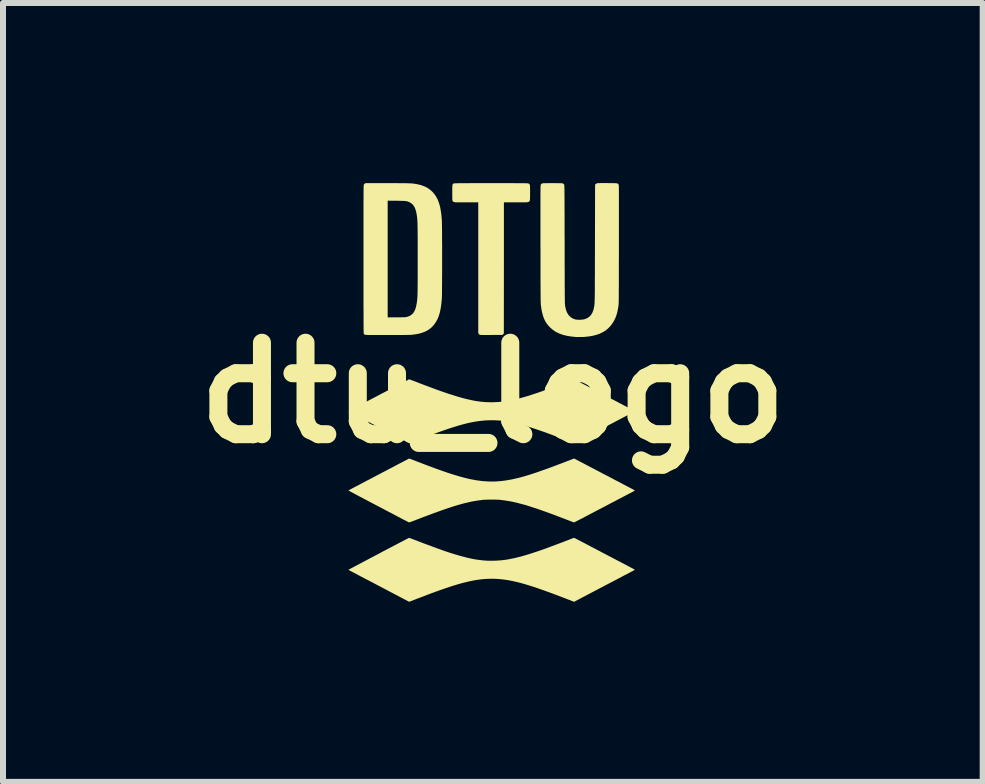
<source format=kicad_pcb>
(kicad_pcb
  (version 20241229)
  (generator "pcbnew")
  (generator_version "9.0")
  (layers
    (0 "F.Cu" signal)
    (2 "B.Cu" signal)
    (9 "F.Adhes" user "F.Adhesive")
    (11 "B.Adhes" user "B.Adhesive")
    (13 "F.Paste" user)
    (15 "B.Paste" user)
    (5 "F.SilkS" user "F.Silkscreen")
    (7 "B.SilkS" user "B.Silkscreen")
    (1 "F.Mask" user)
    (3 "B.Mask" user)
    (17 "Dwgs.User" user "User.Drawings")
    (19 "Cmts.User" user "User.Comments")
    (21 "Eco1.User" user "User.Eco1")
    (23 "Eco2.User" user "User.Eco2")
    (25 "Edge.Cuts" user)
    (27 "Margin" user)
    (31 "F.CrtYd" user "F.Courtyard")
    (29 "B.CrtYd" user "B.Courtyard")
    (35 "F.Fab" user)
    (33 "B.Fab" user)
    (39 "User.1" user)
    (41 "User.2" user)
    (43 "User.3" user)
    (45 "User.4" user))
  (footprint "dtu_logo"
    (layer "F.Cu")
    (at 5.16 3.494)
    (property "Reference" "dtu_logo" (at 0 0 0) (layer "F.SilkS") (effects (font (size 1.524 1.524) (thickness 0.3))))
    (attr board_only exclude_from_pos_files exclude_from_bom)
    (fp_poly (pts (xy 0.047 -3.493) (xy 0.117 -3.493) (xy 0.18 -3.493) (xy 0.237 -3.493) (xy 0.289 -3.493) (xy 0.335 -3.493) (xy 0.377 -3.492) (xy 0.413 -3.492) (xy 0.446 -3.492) (xy 0.474 -3.492) (xy 0.498 -3.492) (xy 0.518 -3.492) (xy 0.536 -3.491) (xy 0.55 -3.491) (xy 0.562 -3.491) (xy 0.572 -3.49) (xy 0.579 -3.49) (xy 0.585 -3.489) (xy 0.589 -3.489) (xy 0.592 -3.488) (xy 0.594 -3.487) (xy 0.596 -3.487) (xy 0.596 -3.486) (xy 0.606 -3.479) (xy 0.614 -3.469) (xy 0.615 -3.466) (xy 0.617 -3.462) (xy 0.618 -3.457) (xy 0.618 -3.45) (xy 0.619 -3.44) (xy 0.619 -3.426) (xy 0.62 -3.408) (xy 0.62 -3.385) (xy 0.62 -3.357) (xy 0.62 -3.334) (xy 0.62 -3.299) (xy 0.62 -3.27) (xy 0.619 -3.247) (xy 0.619 -3.229) (xy 0.618 -3.215) (xy 0.616 -3.204) (xy 0.613 -3.196) (xy 0.61 -3.191) (xy 0.606 -3.187) (xy 0.601 -3.184) (xy 0.594 -3.18) (xy 0.593 -3.18) (xy 0.59 -3.179) (xy 0.586 -3.177) (xy 0.581 -3.176) (xy 0.575 -3.176) (xy 0.566 -3.175) (xy 0.555 -3.174) (xy 0.54 -3.174) (xy 0.522 -3.174) (xy 0.499 -3.174) (xy 0.471 -3.173) (xy 0.438 -3.173) (xy 0.399 -3.173) (xy 0.382 -3.173) (xy 0.184 -3.173) (xy 0.184 -2.08) (xy 0.183 -0.987) (xy 0.16 -0.965) (xy -0.025 -0.964) (xy -0.067 -0.964) (xy -0.104 -0.964) (xy -0.134 -0.964) (xy -0.159 -0.964) (xy -0.179 -0.964) (xy -0.194 -0.965) (xy -0.205 -0.965) (xy -0.213 -0.966) (xy -0.217 -0.967) (xy -0.219 -0.968) (xy -0.226 -0.973) (xy -0.234 -0.982) (xy -0.235 -0.983) (xy -0.243 -0.995) (xy -0.243 -3.173) (xy -0.44 -3.173) (xy -0.481 -3.173) (xy -0.517 -3.173) (xy -0.546 -3.173) (xy -0.571 -3.174) (xy -0.591 -3.174) (xy -0.607 -3.174) (xy -0.619 -3.174) (xy -0.628 -3.175) (xy -0.636 -3.176) (xy -0.641 -3.177) (xy -0.645 -3.178) (xy -0.649 -3.179) (xy -0.651 -3.18) (xy -0.658 -3.183) (xy -0.663 -3.187) (xy -0.667 -3.19) (xy -0.67 -3.195) (xy -0.672 -3.202) (xy -0.674 -3.212) (xy -0.675 -3.225) (xy -0.676 -3.242) (xy -0.676 -3.264) (xy -0.676 -3.291) (xy -0.676 -3.324) (xy -0.676 -3.334) (xy -0.676 -3.368) (xy -0.676 -3.397) (xy -0.676 -3.419) (xy -0.675 -3.437) (xy -0.674 -3.451) (xy -0.673 -3.462) (xy -0.671 -3.469) (xy -0.668 -3.475) (xy -0.665 -3.479) (xy -0.661 -3.482) (xy -0.655 -3.486) (xy -0.655 -3.486) (xy -0.653 -3.487) (xy -0.651 -3.488) (xy -0.649 -3.488) (xy -0.645 -3.489) (xy -0.64 -3.49) (xy -0.634 -3.49) (xy -0.625 -3.49) (xy -0.615 -3.491) (xy -0.602 -3.491) (xy -0.586 -3.491) (xy -0.567 -3.492) (xy -0.545 -3.492) (xy -0.519 -3.492) (xy -0.489 -3.492) (xy -0.455 -3.492) (xy -0.416 -3.492) (xy -0.372 -3.493) (xy -0.323 -3.493) (xy -0.269 -3.493) (xy -0.208 -3.493) (xy -0.142 -3.493) (xy -0.07 -3.493) (xy -0.029 -3.493)) (stroke (width 0) (type solid)) (fill yes) (layer "F.SilkS"))
    (fp_poly (pts (xy 1.357 -0.224) (xy 1.366 -0.219) (xy 1.38 -0.212) (xy 1.399 -0.203) (xy 1.421 -0.191) (xy 1.448 -0.177) (xy 1.477 -0.162) (xy 1.509 -0.145) (xy 1.543 -0.128) (xy 1.566 -0.116) (xy 1.607 -0.094) (xy 1.651 -0.071) (xy 1.697 -0.047) (xy 1.743 -0.022) (xy 1.789 0.002) (xy 1.834 0.025) (xy 1.875 0.047) (xy 1.913 0.067) (xy 1.938 0.08) (xy 1.975 0.1) (xy 2.015 0.12) (xy 2.057 0.142) (xy 2.098 0.164) (xy 2.139 0.185) (xy 2.177 0.206) (xy 2.212 0.224) (xy 2.235 0.236) (xy 2.262 0.25) (xy 2.288 0.264) (xy 2.311 0.276) (xy 2.331 0.287) (xy 2.346 0.296) (xy 2.358 0.302) (xy 2.364 0.306) (xy 2.365 0.308) (xy 2.362 0.31) (xy 2.353 0.315) (xy 2.34 0.322) (xy 2.322 0.331) (xy 2.301 0.343) (xy 2.277 0.355) (xy 2.251 0.369) (xy 2.235 0.378) (xy 2.205 0.393) (xy 2.174 0.409) (xy 2.144 0.425) (xy 2.116 0.44) (xy 2.091 0.453) (xy 2.069 0.465) (xy 2.052 0.473) (xy 2.049 0.475) (xy 2.039 0.481) (xy 2.022 0.489) (xy 2.001 0.501) (xy 1.975 0.514) (xy 1.944 0.53) (xy 1.911 0.548) (xy 1.874 0.567) (xy 1.834 0.588) (xy 1.793 0.61) (xy 1.75 0.632) (xy 1.705 0.656) (xy 1.673 0.673) (xy 1.353 0.84) (xy 1.251 0.801) (xy 1.149 0.761) (xy 1.052 0.725) (xy 0.961 0.691) (xy 0.875 0.659) (xy 0.794 0.631) (xy 0.717 0.605) (xy 0.645 0.581) (xy 0.577 0.56) (xy 0.512 0.541) (xy 0.451 0.524) (xy 0.392 0.509) (xy 0.336 0.496) (xy 0.283 0.485) (xy 0.232 0.476) (xy 0.182 0.469) (xy 0.134 0.463) (xy 0.087 0.46) (xy 0.04 0.457) (xy -0.006 0.456) (xy -0.051 0.457) (xy -0.088 0.458) (xy -0.131 0.46) (xy -0.174 0.464) (xy -0.217 0.469) (xy -0.261 0.475) (xy -0.307 0.482) (xy -0.353 0.491) (xy -0.402 0.501) (xy -0.452 0.513) (xy -0.505 0.527) (xy -0.56 0.542) (xy -0.619 0.56) (xy -0.681 0.579) (xy -0.747 0.601) (xy -0.817 0.625) (xy -0.891 0.651) (xy -0.97 0.68) (xy -1.055 0.711) (xy -1.144 0.745) (xy -1.24 0.781) (xy -1.275 0.795) (xy -1.302 0.805) (xy -1.327 0.814) (xy -1.349 0.823) (xy -1.367 0.83) (xy -1.381 0.835) (xy -1.391 0.839) (xy -1.395 0.84) (xy -1.395 0.84) (xy -1.398 0.839) (xy -1.406 0.834) (xy -1.418 0.828) (xy -1.434 0.82) (xy -1.451 0.81) (xy -1.452 0.81) (xy -1.466 0.802) (xy -1.486 0.792) (xy -1.51 0.779) (xy -1.538 0.765) (xy -1.568 0.749) (xy -1.599 0.732) (xy -1.632 0.715) (xy -1.658 0.701) (xy -1.742 0.657) (xy -1.819 0.617) (xy -1.891 0.579) (xy -1.957 0.544) (xy -2.018 0.512) (xy -2.074 0.483) (xy -2.124 0.457) (xy -2.17 0.432) (xy -2.211 0.411) (xy -2.248 0.392) (xy -2.28 0.375) (xy -2.309 0.36) (xy -2.333 0.347) (xy -2.353 0.336) (xy -2.37 0.327) (xy -2.383 0.32) (xy -2.393 0.315) (xy -2.4 0.311) (xy -2.404 0.309) (xy -2.405 0.308) (xy -2.403 0.306) (xy -2.395 0.301) (xy -2.382 0.294) (xy -2.365 0.284) (xy -2.345 0.273) (xy -2.321 0.26) (xy -2.294 0.246) (xy -2.271 0.233) (xy -2.178 0.185) (xy -2.092 0.14) (xy -2.011 0.097) (xy -1.936 0.058) (xy -1.867 0.021) (xy -1.803 -0.012) (xy -1.744 -0.043) (xy -1.69 -0.071) (xy -1.641 -0.097) (xy -1.597 -0.12) (xy -1.558 -0.14) (xy -1.523 -0.158) (xy -1.493 -0.174) (xy -1.467 -0.188) (xy -1.445 -0.199) (xy -1.427 -0.208) (xy -1.413 -0.215) (xy -1.403 -0.221) (xy -1.397 -0.224) (xy -1.394 -0.225) (xy -1.393 -0.225) (xy -1.39 -0.224) (xy -1.38 -0.221) (xy -1.365 -0.215) (xy -1.346 -0.208) (xy -1.323 -0.2) (xy -1.297 -0.19) (xy -1.268 -0.179) (xy -1.238 -0.167) (xy -1.236 -0.166) (xy -1.136 -0.128) (xy -1.042 -0.093) (xy -0.954 -0.06) (xy -0.87 -0.03) (xy -0.792 -0.003) (xy -0.718 0.022) (xy -0.648 0.044) (xy -0.583 0.064) (xy -0.52 0.082) (xy -0.461 0.098) (xy -0.405 0.111) (xy -0.351 0.123) (xy -0.299 0.133) (xy -0.249 0.141) (xy -0.201 0.147) (xy -0.153 0.152) (xy -0.107 0.155) (xy -0.061 0.156) (xy -0.015 0.157) (xy 0.015 0.156) (xy 0.059 0.154) (xy 0.102 0.152) (xy 0.145 0.148) (xy 0.189 0.143) (xy 0.234 0.136) (xy 0.28 0.129) (xy 0.328 0.119) (xy 0.377 0.108) (xy 0.429 0.096) (xy 0.483 0.081) (xy 0.54 0.065) (xy 0.601 0.047) (xy 0.664 0.026) (xy 0.732 0.004) (xy 0.804 -0.021) (xy 0.88 -0.048) (xy 0.961 -0.078) (xy 1.047 -0.11) (xy 1.139 -0.144) (xy 1.237 -0.182) (xy 1.265 -0.193) (xy 1.288 -0.201) (xy 1.308 -0.209) (xy 1.326 -0.216) (xy 1.34 -0.221) (xy 1.349 -0.224) (xy 1.353 -0.225)) (stroke (width 0) (type solid)) (fill yes) (layer "F.SilkS"))
    (fp_poly (pts (xy -1.278 1.138) (xy -1.184 1.174) (xy -1.095 1.208) (xy -1.012 1.239) (xy -0.933 1.268) (xy -0.86 1.294) (xy -0.791 1.318) (xy -0.727 1.34) (xy -0.666 1.359) (xy -0.608 1.377) (xy -0.554 1.393) (xy -0.502 1.407) (xy -0.453 1.42) (xy -0.406 1.431) (xy -0.361 1.441) (xy -0.316 1.449) (xy -0.273 1.457) (xy -0.249 1.46) (xy -0.166 1.471) (xy -0.086 1.476) (xy -0.009 1.478) (xy 0.053 1.476) (xy 0.097 1.473) (xy 0.141 1.469) (xy 0.186 1.464) (xy 0.231 1.457) (xy 0.278 1.449) (xy 0.325 1.44) (xy 0.374 1.429) (xy 0.426 1.417) (xy 0.48 1.403) (xy 0.536 1.387) (xy 0.596 1.369) (xy 0.659 1.349) (xy 0.725 1.327) (xy 0.796 1.302) (xy 0.871 1.276) (xy 0.951 1.247) (xy 1.036 1.215) (xy 1.127 1.181) (xy 1.223 1.144) (xy 1.243 1.136) (xy 1.354 1.094) (xy 1.8 1.328) (xy 1.868 1.364) (xy 1.931 1.396) (xy 1.988 1.426) (xy 2.04 1.454) (xy 2.087 1.478) (xy 2.129 1.5) (xy 2.166 1.52) (xy 2.199 1.537) (xy 2.229 1.553) (xy 2.254 1.566) (xy 2.276 1.578) (xy 2.295 1.588) (xy 2.311 1.596) (xy 2.324 1.603) (xy 2.335 1.609) (xy 2.344 1.614) (xy 2.35 1.617) (xy 2.355 1.62) (xy 2.359 1.622) (xy 2.362 1.623) (xy 2.363 1.624) (xy 2.364 1.625) (xy 2.364 1.625) (xy 2.365 1.626) (xy 2.363 1.628) (xy 2.356 1.633) (xy 2.344 1.64) (xy 2.329 1.648) (xy 2.314 1.657) (xy 2.306 1.661) (xy 2.298 1.665) (xy 2.29 1.669) (xy 2.282 1.674) (xy 2.272 1.679) (xy 2.261 1.684) (xy 2.249 1.691) (xy 2.234 1.698) (xy 2.218 1.707) (xy 2.199 1.717) (xy 2.178 1.728) (xy 2.154 1.741) (xy 2.126 1.755) (xy 2.095 1.771) (xy 2.061 1.789) (xy 2.022 1.81) (xy 1.979 1.832) (xy 1.931 1.857) (xy 1.879 1.885) (xy 1.821 1.915) (xy 1.758 1.948) (xy 1.689 1.984) (xy 1.68 1.989) (xy 1.636 2.012) (xy 1.594 2.034) (xy 1.554 2.055) (xy 1.517 2.075) (xy 1.482 2.093) (xy 1.451 2.109) (xy 1.423 2.123) (xy 1.399 2.136) (xy 1.38 2.145) (xy 1.366 2.153) (xy 1.356 2.157) (xy 1.353 2.159) (xy 1.349 2.158) (xy 1.339 2.154) (xy 1.325 2.149) (xy 1.306 2.142) (xy 1.283 2.133) (xy 1.258 2.123) (xy 1.23 2.113) (xy 1.215 2.107) (xy 1.12 2.071) (xy 1.032 2.037) (xy 0.948 2.006) (xy 0.87 1.978) (xy 0.797 1.952) (xy 0.728 1.928) (xy 0.662 1.907) (xy 0.601 1.887) (xy 0.543 1.869) (xy 0.487 1.854) (xy 0.434 1.84) (xy 0.383 1.827) (xy 0.334 1.816) (xy 0.287 1.807) (xy 0.24 1.799) (xy 0.194 1.792) (xy 0.148 1.786) (xy 0.12 1.782) (xy 0.101 1.781) (xy 0.077 1.78) (xy 0.048 1.779) (xy 0.017 1.778) (xy -0.016 1.778) (xy -0.049 1.778) (xy -0.08 1.779) (xy -0.11 1.78) (xy -0.135 1.781) (xy -0.156 1.782) (xy -0.161 1.782) (xy -0.205 1.788) (xy -0.25 1.794) (xy -0.295 1.801) (xy -0.341 1.809) (xy -0.387 1.819) (xy -0.435 1.83) (xy -0.485 1.842) (xy -0.537 1.856) (xy -0.592 1.872) (xy -0.649 1.889) (xy -0.71 1.909) (xy -0.774 1.93) (xy -0.843 1.954) (xy -0.915 1.98) (xy -0.993 2.008) (xy -1.075 2.039) (xy -1.164 2.072) (xy -1.252 2.106) (xy -1.281 2.117) (xy -1.308 2.128) (xy -1.333 2.137) (xy -1.354 2.145) (xy -1.372 2.151) (xy -1.385 2.156) (xy -1.392 2.158) (xy -1.394 2.159) (xy -1.398 2.157) (xy -1.407 2.153) (xy -1.421 2.146) (xy -1.439 2.137) (xy -1.459 2.126) (xy -1.482 2.115) (xy -1.493 2.109) (xy -1.508 2.101) (xy -1.523 2.093) (xy -1.537 2.086) (xy -1.551 2.078) (xy -1.564 2.071) (xy -1.579 2.064) (xy -1.594 2.056) (xy -1.61 2.047) (xy -1.628 2.038) (xy -1.647 2.028) (xy -1.669 2.016) (xy -1.693 2.003) (xy -1.721 1.989) (xy -1.752 1.973) (xy -1.786 1.955) (xy -1.824 1.934) (xy -1.867 1.912) (xy -1.915 1.887) (xy -1.968 1.859) (xy -2.026 1.829) (xy -2.064 1.809) (xy -2.109 1.785) (xy -2.152 1.762) (xy -2.194 1.74) (xy -2.232 1.72) (xy -2.268 1.701) (xy -2.3 1.684) (xy -2.329 1.668) (xy -2.354 1.655) (xy -2.374 1.644) (xy -2.39 1.635) (xy -2.4 1.629) (xy -2.405 1.626) (xy -2.406 1.626) (xy -2.402 1.624) (xy -2.393 1.619) (xy -2.379 1.611) (xy -2.36 1.601) (xy -2.336 1.588) (xy -2.307 1.573) (xy -2.275 1.556) (xy -2.239 1.538) (xy -2.2 1.517) (xy -2.158 1.495) (xy -2.114 1.471) (xy -2.067 1.447) (xy -2.018 1.421) (xy -1.991 1.407) (xy -1.94 1.38) (xy -1.889 1.354) (xy -1.839 1.327) (xy -1.79 1.302) (xy -1.744 1.277) (xy -1.699 1.254) (xy -1.657 1.232) (xy -1.619 1.212) (xy -1.584 1.193) (xy -1.553 1.177) (xy -1.526 1.163) (xy -1.505 1.152) (xy -1.489 1.144) (xy -1.487 1.142) (xy -1.394 1.094)) (stroke (width 0) (type solid)) (fill yes) (layer "F.SilkS"))
    (fp_poly (pts (xy 1.356 2.417) (xy 1.365 2.421) (xy 1.38 2.428) (xy 1.399 2.438) (xy 1.423 2.451) (xy 1.451 2.465) (xy 1.483 2.482) (xy 1.518 2.5) (xy 1.556 2.52) (xy 1.598 2.542) (xy 1.641 2.565) (xy 1.687 2.589) (xy 1.729 2.611) (xy 1.779 2.637) (xy 1.829 2.664) (xy 1.88 2.69) (xy 1.929 2.716) (xy 1.977 2.741) (xy 2.023 2.765) (xy 2.066 2.788) (xy 2.107 2.809) (xy 2.144 2.828) (xy 2.177 2.846) (xy 2.205 2.86) (xy 2.227 2.872) (xy 2.235 2.876) (xy 2.262 2.891) (xy 2.288 2.904) (xy 2.311 2.917) (xy 2.331 2.927) (xy 2.346 2.936) (xy 2.358 2.943) (xy 2.364 2.947) (xy 2.365 2.948) (xy 2.362 2.95) (xy 2.353 2.955) (xy 2.341 2.962) (xy 2.325 2.971) (xy 2.307 2.98) (xy 2.306 2.981) (xy 2.294 2.987) (xy 2.276 2.997) (xy 2.252 3.009) (xy 2.224 3.024) (xy 2.192 3.04) (xy 2.156 3.059) (xy 2.118 3.08) (xy 2.076 3.101) (xy 2.033 3.124) (xy 1.987 3.148) (xy 1.941 3.172) (xy 1.893 3.197) (xy 1.846 3.222) (xy 1.798 3.247) (xy 1.752 3.271) (xy 1.707 3.295) (xy 1.663 3.318) (xy 1.621 3.34) (xy 1.583 3.36) (xy 1.547 3.379) (xy 1.515 3.396) (xy 1.499 3.404) (xy 1.354 3.481) (xy 1.238 3.436) (xy 1.147 3.401) (xy 1.062 3.369) (xy 0.982 3.339) (xy 0.908 3.312) (xy 0.838 3.287) (xy 0.773 3.264) (xy 0.712 3.243) (xy 0.654 3.224) (xy 0.599 3.207) (xy 0.548 3.191) (xy 0.498 3.177) (xy 0.451 3.164) (xy 0.415 3.155) (xy 0.337 3.137) (xy 0.262 3.122) (xy 0.188 3.111) (xy 0.115 3.103) (xy 0.043 3.098) (xy -0.029 3.097) (xy -0.102 3.099) (xy -0.175 3.105) (xy -0.251 3.114) (xy -0.328 3.127) (xy -0.408 3.144) (xy -0.491 3.164) (xy -0.579 3.188) (xy -0.67 3.216) (xy -0.767 3.248) (xy -0.798 3.258) (xy -0.836 3.272) (xy -0.872 3.284) (xy -0.907 3.297) (xy -0.942 3.309) (xy -0.977 3.322) (xy -1.013 3.335) (xy -1.052 3.35) (xy -1.093 3.365) (xy -1.138 3.383) (xy -1.188 3.402) (xy -1.243 3.423) (xy -1.253 3.426) (xy -1.282 3.438) (xy -1.31 3.448) (xy -1.334 3.458) (xy -1.355 3.466) (xy -1.373 3.472) (xy -1.385 3.477) (xy -1.393 3.48) (xy -1.395 3.481) (xy -1.398 3.479) (xy -1.406 3.475) (xy -1.419 3.468) (xy -1.436 3.459) (xy -1.456 3.448) (xy -1.478 3.437) (xy -1.488 3.432) (xy -1.504 3.423) (xy -1.527 3.411) (xy -1.554 3.397) (xy -1.585 3.38) (xy -1.62 3.362) (xy -1.658 3.342) (xy -1.698 3.321) (xy -1.74 3.299) (xy -1.784 3.276) (xy -1.827 3.253) (xy -1.867 3.232) (xy -1.934 3.197) (xy -1.995 3.165) (xy -2.05 3.136) (xy -2.1 3.11) (xy -2.146 3.086) (xy -2.186 3.065) (xy -2.222 3.046) (xy -2.254 3.029) (xy -2.282 3.014) (xy -2.306 3.001) (xy -2.327 2.99) (xy -2.345 2.981) (xy -2.36 2.973) (xy -2.372 2.967) (xy -2.382 2.962) (xy -2.389 2.958) (xy -2.395 2.955) (xy -2.399 2.952) (xy -2.402 2.951) (xy -2.404 2.949) (xy -2.405 2.949) (xy -2.406 2.948) (xy -2.406 2.948) (xy -2.403 2.947) (xy -2.394 2.942) (xy -2.381 2.934) (xy -2.362 2.924) (xy -2.339 2.912) (xy -2.312 2.897) (xy -2.28 2.881) (xy -2.246 2.862) (xy -2.209 2.843) (xy -2.168 2.821) (xy -2.126 2.799) (xy -2.082 2.776) (xy -2.036 2.751) (xy -1.99 2.727) (xy -1.942 2.702) (xy -1.894 2.677) (xy -1.847 2.651) (xy -1.799 2.626) (xy -1.753 2.602) (xy -1.708 2.578) (xy -1.664 2.555) (xy -1.622 2.533) (xy -1.583 2.513) (xy -1.546 2.493) (xy -1.512 2.476) (xy -1.482 2.46) (xy -1.456 2.446) (xy -1.434 2.435) (xy -1.416 2.426) (xy -1.404 2.42) (xy -1.397 2.416) (xy -1.395 2.416) (xy -1.392 2.417) (xy -1.382 2.42) (xy -1.367 2.425) (xy -1.348 2.432) (xy -1.325 2.441) (xy -1.299 2.451) (xy -1.271 2.461) (xy -1.242 2.473) (xy -1.174 2.499) (xy -1.108 2.524) (xy -1.044 2.547) (xy -0.983 2.57) (xy -0.926 2.591) (xy -0.872 2.61) (xy -0.823 2.628) (xy -0.779 2.643) (xy -0.741 2.656) (xy -0.71 2.666) (xy -0.635 2.689) (xy -0.565 2.71) (xy -0.499 2.728) (xy -0.438 2.744) (xy -0.38 2.757) (xy -0.324 2.769) (xy -0.27 2.778) (xy -0.217 2.785) (xy -0.164 2.791) (xy -0.126 2.794) (xy -0.1 2.796) (xy -0.068 2.797) (xy -0.033 2.797) (xy 0.004 2.797) (xy 0.041 2.796) (xy 0.077 2.794) (xy 0.11 2.792) (xy 0.138 2.79) (xy 0.147 2.789) (xy 0.189 2.784) (xy 0.232 2.778) (xy 0.276 2.77) (xy 0.32 2.761) (xy 0.366 2.752) (xy 0.414 2.74) (xy 0.463 2.728) (xy 0.515 2.713) (xy 0.57 2.697) (xy 0.627 2.679) (xy 0.688 2.659) (xy 0.753 2.638) (xy 0.822 2.614) (xy 0.895 2.588) (xy 0.972 2.559) (xy 1.055 2.528) (xy 1.143 2.495) (xy 1.237 2.459) (xy 1.293 2.437) (xy 1.311 2.43) (xy 1.328 2.424) (xy 1.341 2.419) (xy 1.35 2.416) (xy 1.353 2.415)) (stroke (width 0) (type solid)) (fill yes) (layer "F.SilkS"))
    (fp_poly (pts (xy -1.693 -3.493) (xy -1.638 -3.493) (xy -1.589 -3.493) (xy -1.546 -3.492) (xy -1.507 -3.492) (xy -1.474 -3.492) (xy -1.444 -3.492) (xy -1.418 -3.491) (xy -1.396 -3.49) (xy -1.376 -3.49) (xy -1.359 -3.489) (xy -1.343 -3.488) (xy -1.33 -3.486) (xy -1.317 -3.485) (xy -1.305 -3.483) (xy -1.293 -3.481) (xy -1.28 -3.479) (xy -1.268 -3.477) (xy -1.267 -3.477) (xy -1.21 -3.464) (xy -1.159 -3.447) (xy -1.112 -3.427) (xy -1.071 -3.402) (xy -1.033 -3.373) (xy -1.007 -3.349) (xy -0.981 -3.319) (xy -0.957 -3.288) (xy -0.937 -3.254) (xy -0.918 -3.218) (xy -0.903 -3.179) (xy -0.889 -3.136) (xy -0.877 -3.089) (xy -0.868 -3.037) (xy -0.859 -2.98) (xy -0.853 -2.917) (xy -0.85 -2.883) (xy -0.849 -2.872) (xy -0.849 -2.854) (xy -0.848 -2.83) (xy -0.848 -2.801) (xy -0.847 -2.767) (xy -0.847 -2.728) (xy -0.846 -2.685) (xy -0.846 -2.639) (xy -0.846 -2.589) (xy -0.846 -2.536) (xy -0.845 -2.481) (xy -0.845 -2.424) (xy -0.845 -2.365) (xy -0.845 -2.306) (xy -0.845 -2.246) (xy -0.845 -2.186) (xy -0.845 -2.126) (xy -0.845 -2.066) (xy -0.845 -2.008) (xy -0.846 -1.952) (xy -0.846 -1.898) (xy -0.846 -1.846) (xy -0.846 -1.797) (xy -0.847 -1.752) (xy -0.847 -1.711) (xy -0.847 -1.674) (xy -0.848 -1.641) (xy -0.848 -1.614) (xy -0.849 -1.593) (xy -0.849 -1.578) (xy -0.85 -1.571) (xy -0.855 -1.513) (xy -0.861 -1.461) (xy -0.868 -1.414) (xy -0.876 -1.372) (xy -0.885 -1.333) (xy -0.895 -1.297) (xy -0.907 -1.264) (xy -0.908 -1.26) (xy -0.926 -1.219) (xy -0.948 -1.181) (xy -0.973 -1.144) (xy -0.982 -1.133) (xy -1.013 -1.098) (xy -1.048 -1.068) (xy -1.086 -1.042) (xy -1.128 -1.02) (xy -1.175 -1.002) (xy -1.226 -0.987) (xy -1.283 -0.976) (xy -1.346 -0.968) (xy -1.356 -0.967) (xy -1.366 -0.966) (xy -1.383 -0.966) (xy -1.405 -0.965) (xy -1.434 -0.965) (xy -1.468 -0.964) (xy -1.507 -0.964) (xy -1.551 -0.964) (xy -1.6 -0.964) (xy -1.652 -0.963) (xy -1.709 -0.963) (xy -1.759 -0.963) (xy -1.817 -0.963) (xy -1.869 -0.963) (xy -1.914 -0.963) (xy -1.954 -0.963) (xy -1.988 -0.964) (xy -2.018 -0.964) (xy -2.043 -0.964) (xy -2.064 -0.964) (xy -2.082 -0.964) (xy -2.096 -0.965) (xy -2.107 -0.965) (xy -2.116 -0.966) (xy -2.123 -0.966) (xy -2.127 -0.967) (xy -2.131 -0.968) (xy -2.134 -0.969) (xy -2.135 -0.969) (xy -2.146 -0.978) (xy -2.151 -0.987) (xy -2.151 -0.99) (xy -2.152 -0.996) (xy -2.152 -1.005) (xy -2.152 -1.017) (xy -2.153 -1.033) (xy -2.153 -1.053) (xy -2.153 -1.076) (xy -2.153 -1.104) (xy -2.154 -1.136) (xy -2.154 -1.172) (xy -2.154 -1.213) (xy -2.154 -1.258) (xy -2.154 -1.309) (xy -2.154 -1.364) (xy -2.155 -1.425) (xy -2.155 -1.491) (xy -2.155 -1.563) (xy -2.155 -1.64) (xy -2.155 -1.723) (xy -2.155 -1.812) (xy -2.155 -1.908) (xy -2.155 -2.01) (xy -2.155 -2.118) (xy -2.155 -2.226) (xy -2.155 -2.337) (xy -2.155 -2.441) (xy -2.155 -2.539) (xy -2.155 -2.63) (xy -2.155 -2.716) (xy -2.155 -2.795) (xy -2.155 -2.869) (xy -2.155 -2.938) (xy -2.155 -3.001) (xy -2.155 -3.059) (xy -2.155 -3.112) (xy -2.155 -3.161) (xy -2.155 -3.201) (xy -1.752 -3.201) (xy -1.752 -1.257) (xy -1.603 -1.258) (xy -1.567 -1.258) (xy -1.537 -1.258) (xy -1.512 -1.259) (xy -1.492 -1.259) (xy -1.476 -1.26) (xy -1.464 -1.26) (xy -1.454 -1.261) (xy -1.445 -1.262) (xy -1.438 -1.264) (xy -1.432 -1.265) (xy -1.427 -1.267) (xy -1.394 -1.278) (xy -1.366 -1.293) (xy -1.342 -1.313) (xy -1.321 -1.337) (xy -1.304 -1.366) (xy -1.289 -1.401) (xy -1.278 -1.441) (xy -1.269 -1.487) (xy -1.267 -1.496) (xy -1.266 -1.509) (xy -1.264 -1.522) (xy -1.262 -1.535) (xy -1.261 -1.548) (xy -1.259 -1.562) (xy -1.258 -1.576) (xy -1.257 -1.592) (xy -1.256 -1.61) (xy -1.255 -1.629) (xy -1.255 -1.65) (xy -1.254 -1.675) (xy -1.254 -1.702) (xy -1.253 -1.733) (xy -1.253 -1.767) (xy -1.253 -1.805) (xy -1.252 -1.848) (xy -1.252 -1.895) (xy -1.252 -1.947) (xy -1.252 -2.005) (xy -1.252 -2.068) (xy -1.252 -2.138) (xy -1.252 -2.214) (xy -1.252 -2.229) (xy -1.252 -2.306) (xy -1.252 -2.377) (xy -1.252 -2.441) (xy -1.252 -2.5) (xy -1.252 -2.553) (xy -1.252 -2.601) (xy -1.253 -2.644) (xy -1.253 -2.683) (xy -1.253 -2.718) (xy -1.254 -2.749) (xy -1.254 -2.777) (xy -1.255 -2.801) (xy -1.255 -2.823) (xy -1.256 -2.843) (xy -1.257 -2.861) (xy -1.258 -2.876) (xy -1.259 -2.891) (xy -1.26 -2.905) (xy -1.261 -2.917) (xy -1.263 -2.93) (xy -1.265 -2.943) (xy -1.266 -2.953) (xy -1.274 -3.001) (xy -1.285 -3.043) (xy -1.298 -3.079) (xy -1.314 -3.109) (xy -1.333 -3.135) (xy -1.356 -3.155) (xy -1.382 -3.172) (xy -1.389 -3.175) (xy -1.4 -3.18) (xy -1.41 -3.185) (xy -1.421 -3.188) (xy -1.432 -3.191) (xy -1.445 -3.193) (xy -1.461 -3.195) (xy -1.479 -3.197) (xy -1.501 -3.198) (xy -1.527 -3.198) (xy -1.559 -3.199) (xy -1.597 -3.2) (xy -1.608 -3.2) (xy -1.752 -3.201) (xy -2.155 -3.201) (xy -2.155 -3.205) (xy -2.154 -3.245) (xy -2.154 -3.281) (xy -2.154 -3.313) (xy -2.154 -3.341) (xy -2.154 -3.366) (xy -2.153 -3.387) (xy -2.153 -3.406) (xy -2.153 -3.421) (xy -2.153 -3.434) (xy -2.152 -3.444) (xy -2.152 -3.452) (xy -2.152 -3.458) (xy -2.151 -3.462) (xy -2.151 -3.465) (xy -2.151 -3.465) (xy -2.145 -3.475) (xy -2.136 -3.483) (xy -2.134 -3.484) (xy -2.123 -3.493) (xy -1.754 -3.493)) (stroke (width 0) (type solid)) (fill yes) (layer "F.SilkS"))
    (fp_poly (pts (xy 1.864 -3.494) (xy 1.895 -3.494) (xy 1.916 -3.494) (xy 1.954 -3.493) (xy 1.985 -3.493) (xy 2.011 -3.493) (xy 2.032 -3.492) (xy 2.048 -3.492) (xy 2.061 -3.49) (xy 2.071 -3.489) (xy 2.078 -3.487) (xy 2.083 -3.484) (xy 2.086 -3.481) (xy 2.09 -3.477) (xy 2.093 -3.472) (xy 2.094 -3.469) (xy 2.095 -3.468) (xy 2.095 -3.467) (xy 2.096 -3.465) (xy 2.096 -3.462) (xy 2.097 -3.459) (xy 2.097 -3.454) (xy 2.098 -3.448) (xy 2.098 -3.44) (xy 2.099 -3.431) (xy 2.099 -3.419) (xy 2.099 -3.405) (xy 2.099 -3.388) (xy 2.1 -3.368) (xy 2.1 -3.346) (xy 2.1 -3.32) (xy 2.1 -3.291) (xy 2.1 -3.257) (xy 2.1 -3.22) (xy 2.1 -3.179) (xy 2.1 -3.133) (xy 2.1 -3.082) (xy 2.1 -3.027) (xy 2.1 -2.966) (xy 2.1 -2.9) (xy 2.1 -2.828) (xy 2.1 -2.75) (xy 2.1 -2.666) (xy 2.1 -2.576) (xy 2.1 -2.479) (xy 2.1 -2.476) (xy 2.1 -2.379) (xy 2.1 -2.288) (xy 2.099 -2.203) (xy 2.099 -2.125) (xy 2.099 -2.052) (xy 2.099 -1.985) (xy 2.099 -1.924) (xy 2.099 -1.867) (xy 2.099 -1.816) (xy 2.099 -1.769) (xy 2.098 -1.726) (xy 2.098 -1.688) (xy 2.098 -1.654) (xy 2.098 -1.623) (xy 2.098 -1.596) (xy 2.097 -1.572) (xy 2.097 -1.551) (xy 2.097 -1.532) (xy 2.096 -1.517) (xy 2.096 -1.503) (xy 2.096 -1.492) (xy 2.095 -1.482) (xy 2.095 -1.474) (xy 2.094 -1.467) (xy 2.094 -1.461) (xy 2.093 -1.456) (xy 2.093 -1.452) (xy 2.083 -1.393) (xy 2.072 -1.339) (xy 2.058 -1.291) (xy 2.041 -1.246) (xy 2.021 -1.205) (xy 1.998 -1.166) (xy 1.971 -1.129) (xy 1.958 -1.113) (xy 1.921 -1.074) (xy 1.88 -1.04) (xy 1.833 -1.011) (xy 1.782 -0.986) (xy 1.725 -0.966) (xy 1.663 -0.95) (xy 1.596 -0.939) (xy 1.535 -0.933) (xy 1.511 -0.931) (xy 1.483 -0.93) (xy 1.453 -0.93) (xy 1.424 -0.93) (xy 1.398 -0.93) (xy 1.377 -0.931) (xy 1.308 -0.938) (xy 1.244 -0.948) (xy 1.186 -0.961) (xy 1.133 -0.978) (xy 1.084 -0.998) (xy 1.039 -1.022) (xy 0.998 -1.051) (xy 0.96 -1.083) (xy 0.948 -1.095) (xy 0.92 -1.125) (xy 0.895 -1.158) (xy 0.873 -1.193) (xy 0.855 -1.23) (xy 0.839 -1.272) (xy 0.826 -1.318) (xy 0.814 -1.368) (xy 0.805 -1.425) (xy 0.8 -1.463) (xy 0.8 -1.468) (xy 0.799 -1.474) (xy 0.799 -1.481) (xy 0.798 -1.489) (xy 0.798 -1.499) (xy 0.797 -1.51) (xy 0.797 -1.523) (xy 0.797 -1.538) (xy 0.796 -1.556) (xy 0.796 -1.576) (xy 0.796 -1.599) (xy 0.796 -1.625) (xy 0.795 -1.655) (xy 0.795 -1.688) (xy 0.795 -1.725) (xy 0.795 -1.766) (xy 0.795 -1.811) (xy 0.794 -1.861) (xy 0.794 -1.916) (xy 0.794 -1.976) (xy 0.794 -2.041) (xy 0.794 -2.112) (xy 0.794 -2.188) (xy 0.794 -2.271) (xy 0.794 -2.36) (xy 0.793 -2.455) (xy 0.793 -2.483) (xy 0.793 -2.58) (xy 0.793 -2.67) (xy 0.793 -2.754) (xy 0.793 -2.831) (xy 0.793 -2.903) (xy 0.793 -2.969) (xy 0.793 -3.029) (xy 0.793 -3.085) (xy 0.793 -3.135) (xy 0.793 -3.181) (xy 0.793 -3.222) (xy 0.793 -3.259) (xy 0.793 -3.292) (xy 0.793 -3.321) (xy 0.794 -3.347) (xy 0.794 -3.369) (xy 0.794 -3.389) (xy 0.794 -3.405) (xy 0.794 -3.419) (xy 0.795 -3.431) (xy 0.795 -3.44) (xy 0.796 -3.448) (xy 0.796 -3.454) (xy 0.796 -3.458) (xy 0.797 -3.462) (xy 0.797 -3.464) (xy 0.798 -3.466) (xy 0.798 -3.467) (xy 0.806 -3.477) (xy 0.815 -3.485) (xy 0.816 -3.486) (xy 0.819 -3.487) (xy 0.823 -3.489) (xy 0.827 -3.49) (xy 0.833 -3.491) (xy 0.841 -3.491) (xy 0.851 -3.492) (xy 0.866 -3.492) (xy 0.884 -3.492) (xy 0.907 -3.493) (xy 0.934 -3.493) (xy 0.968 -3.493) (xy 0.994 -3.493) (xy 1.032 -3.493) (xy 1.064 -3.493) (xy 1.09 -3.492) (xy 1.111 -3.492) (xy 1.128 -3.492) (xy 1.141 -3.492) (xy 1.151 -3.491) (xy 1.158 -3.49) (xy 1.163 -3.489) (xy 1.167 -3.488) (xy 1.169 -3.487) (xy 1.17 -3.486) (xy 1.18 -3.479) (xy 1.187 -3.469) (xy 1.188 -3.468) (xy 1.189 -3.466) (xy 1.189 -3.464) (xy 1.19 -3.461) (xy 1.19 -3.457) (xy 1.191 -3.452) (xy 1.191 -3.445) (xy 1.191 -3.436) (xy 1.192 -3.426) (xy 1.192 -3.413) (xy 1.192 -3.397) (xy 1.193 -3.379) (xy 1.193 -3.358) (xy 1.193 -3.334) (xy 1.193 -3.306) (xy 1.194 -3.275) (xy 1.194 -3.24) (xy 1.194 -3.2) (xy 1.194 -3.157) (xy 1.194 -3.108) (xy 1.194 -3.055) (xy 1.195 -2.997) (xy 1.195 -2.934) (xy 1.195 -2.865) (xy 1.195 -2.79) (xy 1.195 -2.709) (xy 1.195 -2.622) (xy 1.196 -2.529) (xy 1.196 -2.475) (xy 1.196 -2.377) (xy 1.196 -2.286) (xy 1.196 -2.202) (xy 1.196 -2.123) (xy 1.197 -2.051) (xy 1.197 -1.984) (xy 1.197 -1.922) (xy 1.197 -1.865) (xy 1.197 -1.814) (xy 1.197 -1.767) (xy 1.198 -1.725) (xy 1.198 -1.687) (xy 1.198 -1.652) (xy 1.198 -1.622) (xy 1.199 -1.595) (xy 1.199 -1.571) (xy 1.199 -1.55) (xy 1.199 -1.532) (xy 1.2 -1.517) (xy 1.2 -1.503) (xy 1.2 -1.492) (xy 1.201 -1.483) (xy 1.201 -1.475) (xy 1.202 -1.469) (xy 1.202 -1.463) (xy 1.203 -1.459) (xy 1.203 -1.455) (xy 1.209 -1.422) (xy 1.216 -1.394) (xy 1.223 -1.369) (xy 1.232 -1.346) (xy 1.239 -1.332) (xy 1.258 -1.3) (xy 1.282 -1.273) (xy 1.311 -1.25) (xy 1.344 -1.233) (xy 1.37 -1.224) (xy 1.388 -1.22) (xy 1.412 -1.218) (xy 1.438 -1.217) (xy 1.464 -1.218) (xy 1.49 -1.22) (xy 1.513 -1.223) (xy 1.525 -1.226) (xy 1.561 -1.239) (xy 1.591 -1.256) (xy 1.618 -1.278) (xy 1.64 -1.305) (xy 1.658 -1.336) (xy 1.673 -1.374) (xy 1.684 -1.417) (xy 1.686 -1.425) (xy 1.687 -1.432) (xy 1.688 -1.439) (xy 1.689 -1.446) (xy 1.69 -1.453) (xy 1.691 -1.461) (xy 1.692 -1.469) (xy 1.693 -1.478) (xy 1.694 -1.489) (xy 1.694 -1.5) (xy 1.695 -1.514) (xy 1.696 -1.529) (xy 1.696 -1.547) (xy 1.697 -1.567) (xy 1.697 -1.59) (xy 1.698 -1.616) (xy 1.698 -1.644) (xy 1.698 -1.677) (xy 1.699 -1.713) (xy 1.699 -1.753) (xy 1.699 -1.797) (xy 1.699 -1.845) (xy 1.699 -1.898) (xy 1.7 -1.956) (xy 1.7 -2.019) (xy 1.7 -2.088) (xy 1.7 -2.162) (xy 1.7 -2.243) (xy 1.701 -2.329) (xy 1.701 -2.422) (xy 1.701 -2.495) (xy 1.703 -3.468) (xy 1.715 -3.479) (xy 1.726 -3.487) (xy 1.738 -3.491) (xy 1.746 -3.493) (xy 1.753 -3.493) (xy 1.766 -3.493) (xy 1.785 -3.494) (xy 1.808 -3.494) (xy 1.834 -3.494)) (stroke (width 0) (type solid)) (fill yes) (layer "F.SilkS")))
  (gr_rect
    (start -3 -3)
    (end 13.32 9.975)
    (stroke (width 0.1) (type default))
    (fill no)
    (layer "Edge.Cuts")))
</source>
